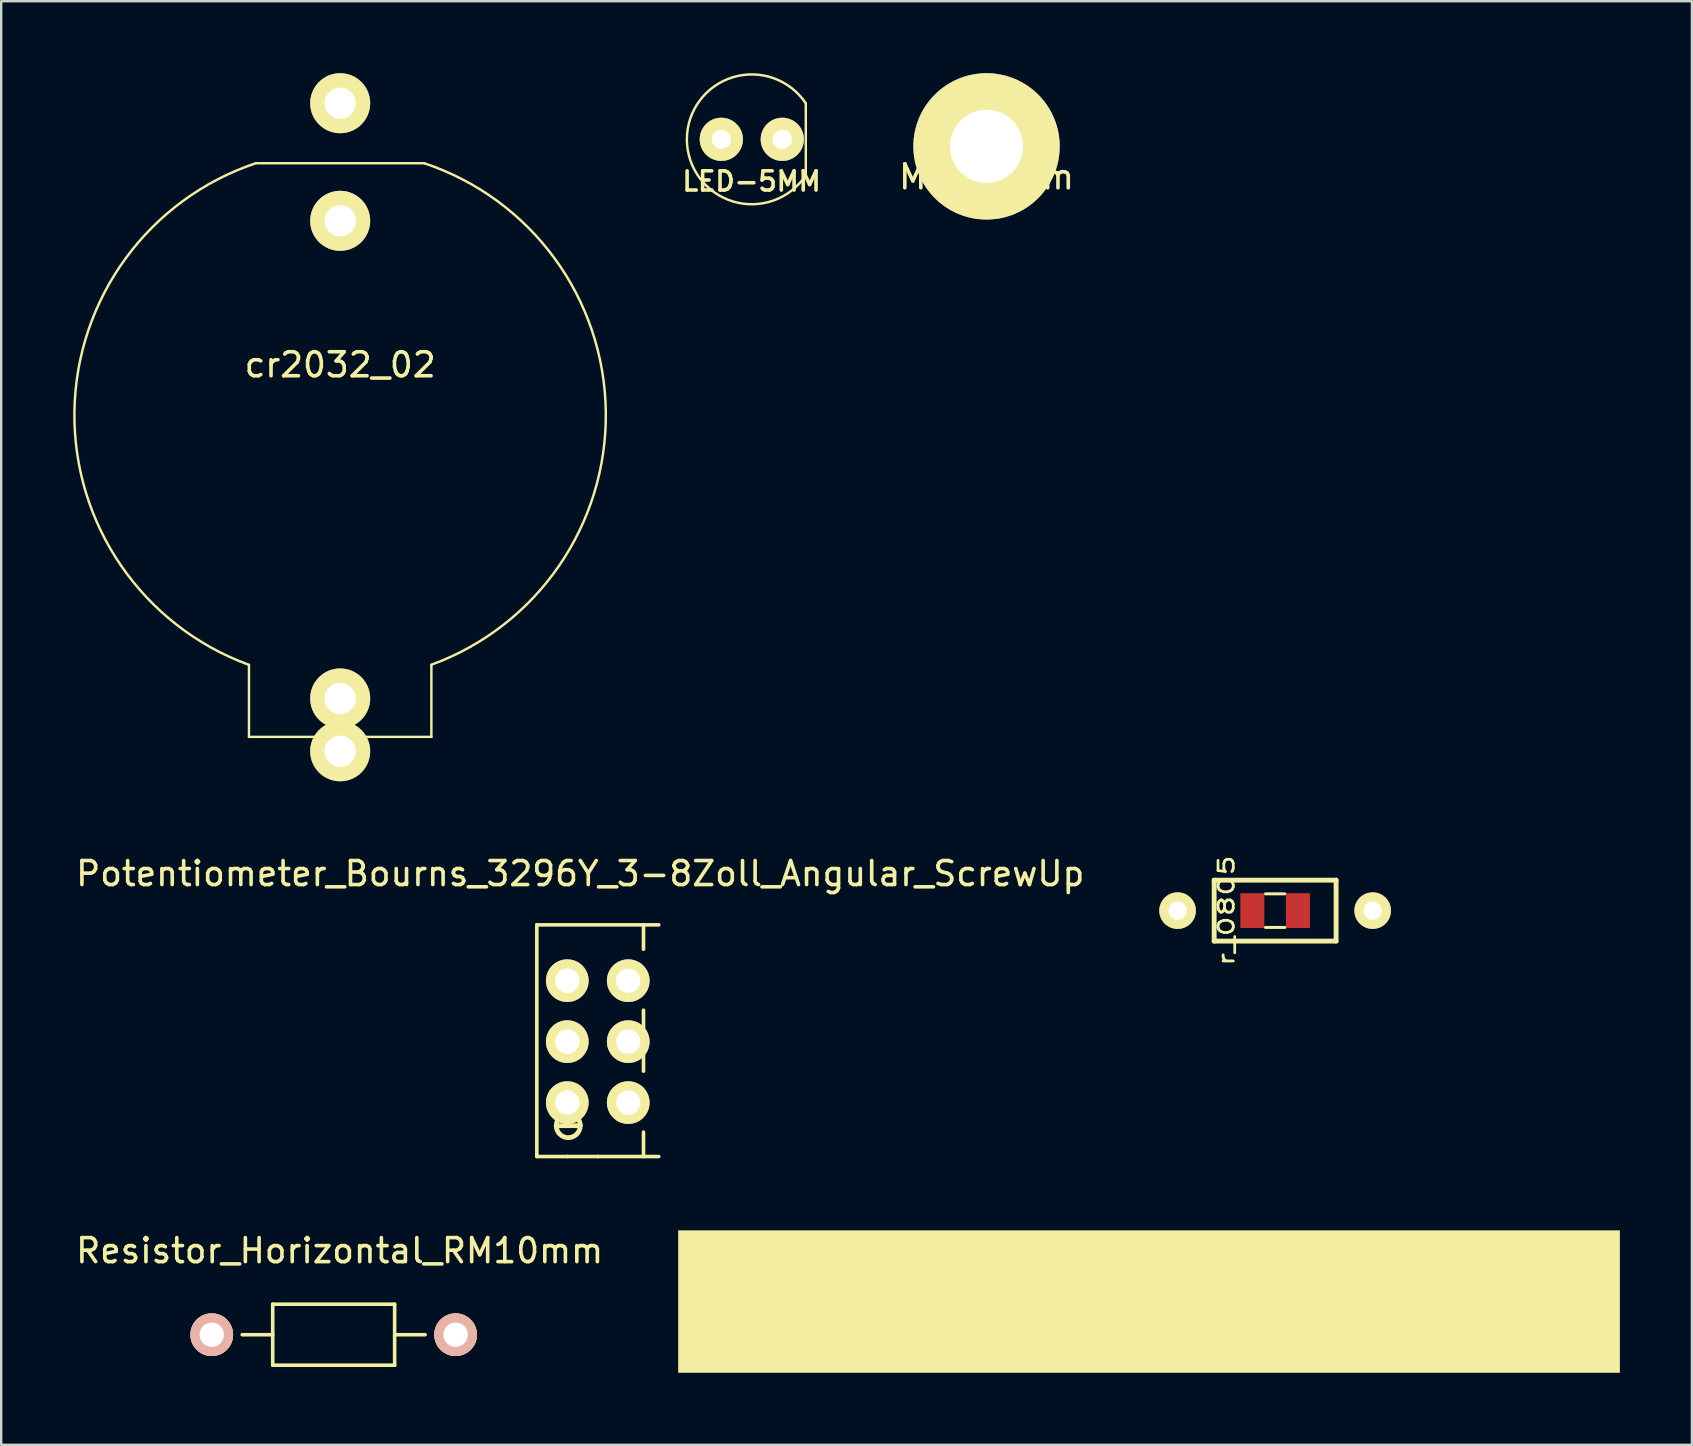
<source format=kicad_pcb>
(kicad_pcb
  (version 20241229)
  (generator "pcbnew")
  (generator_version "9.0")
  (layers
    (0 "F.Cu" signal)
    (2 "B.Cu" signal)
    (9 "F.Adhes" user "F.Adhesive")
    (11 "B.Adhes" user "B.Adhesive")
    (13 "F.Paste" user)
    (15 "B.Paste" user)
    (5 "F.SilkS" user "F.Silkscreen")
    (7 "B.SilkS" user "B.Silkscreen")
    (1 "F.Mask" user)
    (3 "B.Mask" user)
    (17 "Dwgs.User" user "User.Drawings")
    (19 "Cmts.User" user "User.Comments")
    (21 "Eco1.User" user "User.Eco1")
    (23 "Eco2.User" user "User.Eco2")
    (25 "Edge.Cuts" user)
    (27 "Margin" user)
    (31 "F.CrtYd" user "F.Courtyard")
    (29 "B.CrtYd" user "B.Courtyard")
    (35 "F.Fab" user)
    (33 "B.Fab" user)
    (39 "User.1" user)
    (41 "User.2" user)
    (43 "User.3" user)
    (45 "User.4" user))
  (footprint "MTG_3mm"
    (layer "F.Cu")
    (at 38.052 3.048)
    (property "Reference" "MTG_3mm" (at 0 1.27 0) (layer "F.SilkS") (effects (font (size 1 1) (thickness 0.15))))
    (attr through_hole)
    (pad "1" thru_hole circle (at 0 0) (size 6.096 6.096) (drill 3.048) (layers "*.Cu" "*.Mask" "F.SilkS")))
  (footprint "LED-5MM"
    (layer "F.Cu")
    (at 28.272 2.755)
    (property "Reference" "LED-5MM" (at -0.009 1.75 180) (layer "F.SilkS") (effects (font (size 0.8 0.8) (thickness 0.15))))
    (attr through_hole)
    (fp_line (start 2.25 -1.5) (end 2.25 1.5) (stroke (width 0.102) (type solid)) (layer "F.SilkS"))
    (fp_arc (start 2.25 1.5) (mid -2.704163 0) (end 2.25 -1.5) (stroke (width 0.1016) (type solid)) (layer "F.SilkS"))
    (pad "1" thru_hole circle (at -1.27 0) (size 1.8 1.8) (drill 0.8) (layers "*.Cu" "*.Mask" "F.SilkS"))
    (pad "2" thru_hole circle (at 1.27 0) (size 1.8 1.8) (drill 0.8) (layers "*.Cu" "*.Mask" "F.SilkS")))
  (footprint "Resistor_Horizontal_RM10mm"
    (layer "F.Cu")
    (at 10.852 52.558)
    (property "Reference" "Resistor_Horizontal_RM10mm" (at 0.249 -3.5 0) (layer "F.SilkS") (effects (font (size 1 1) (thickness 0.15))))
    (attr through_hole)
    (fp_line (start -2.54 -1.27) (end 2.54 -1.27) (stroke (width 0.15) (type solid)) (layer "F.SilkS"))
    (fp_line (start -2.54 0) (end -3.81 0) (stroke (width 0.15) (type solid)) (layer "F.SilkS"))
    (fp_line (start -2.54 1.27) (end -2.54 -1.27) (stroke (width 0.15) (type solid)) (layer "F.SilkS"))
    (fp_line (start 2.54 -1.27) (end 2.54 1.27) (stroke (width 0.15) (type solid)) (layer "F.SilkS"))
    (fp_line (start 2.54 0) (end 3.81 0) (stroke (width 0.15) (type solid)) (layer "F.SilkS"))
    (fp_line (start 2.54 1.27) (end -2.54 1.27) (stroke (width 0.15) (type solid)) (layer "F.SilkS"))
    (pad "1" thru_hole circle (at -5.08 0) (size 1.778 1.778) (drill 1.016) (layers "*.Cu" "*.SilkS" "*.Mask"))
    (pad "2" thru_hole circle (at 5.08 0) (size 1.778 1.778) (drill 1.016) (layers "*.Cu" "*.SilkS" "*.Mask")))
  (footprint "cr2032_02"
    (layer "F.Cu")
    (at 11.123 14.25)
    (property "Reference" "cr2032_02" (at 0 -2.1 0) (layer "F.SilkS") (effects (font (size 1 1) (thickness 0.15))))
    (attr through_hole)
    (fp_line (start -3.8 10.4) (end -3.8 13.4) (stroke (width 0.102) (type solid)) (layer "F.SilkS"))
    (fp_line (start -3.8 13.4) (end 3.8 13.4) (stroke (width 0.102) (type solid)) (layer "F.SilkS"))
    (fp_line (start -3.5 -10.5) (end 3.5 -10.5) (stroke (width 0.102) (type solid)) (layer "F.SilkS"))
    (fp_line (start 3.8 13.4) (end 3.8 10.4) (stroke (width 0.102) (type solid)) (layer "F.SilkS"))
    (fp_arc (start -3.8 10.4) (mid -11.071359 -0.158129) (end -3.50143 -10.504284) (stroke (width 0.1016) (type solid)) (layer "F.SilkS"))
    (fp_arc (start 3.5 -10.5) (mid 11.066843 -0.158065) (end 3.79845 10.395758) (stroke (width 0.1016) (type solid)) (layer "F.SilkS"))
    (pad "1" thru_hole circle (at 0 11.8) (size 2.5 2.5) (drill 1.3) (layers "*.Cu" "*.Mask" "F.SilkS"))
    (pad "1" thru_hole circle (at 0 14) (size 2.5 2.5) (drill 1.3) (layers "*.Cu" "*.Mask" "F.SilkS"))
    (pad "2" thru_hole circle (at 0 -13) (size 2.5 2.5) (drill 1.3) (layers "*.Cu" "*.Mask" "F.SilkS"))
    (pad "2" thru_hole circle (at 0 -8.1) (size 2.5 2.5) (drill 1.3) (layers "*.Cu" "*.Mask" "F.SilkS")))
  (footprint "s_iron"
    (layer "F.Cu")
    (at 44.681 51.036)
    (property "Reference" "s_iron" (at 0 0 0) (layer "F.SilkS") (effects (font (size 1.524 1.524) (thickness 0.3))))
    (attr through_hole)
    (fp_poly (pts (xy 19.756 3.104) (xy -19.473 3.104) (xy -19.473 -2.822) (xy 19.756 -2.822) (xy 19.756 3.104)) (stroke (width 0.01) (type solid)) (fill yes) (layer "F.SilkS")))
  (footprint "Potentiometer_Bourns_3296Y_3-8Zoll_Angular_ScrewUp"
    (layer "F.Cu")
    (at 23.125 40.348)
    (property "Reference" "Potentiometer_Bourns_3296Y_3-8Zoll_Angular_ScrewUp" (at -2 -7 0) (layer "F.SilkS") (effects (font (size 1 1) (thickness 0.15))))
    (attr through_hole)
    (fp_line (start -3.81 -4.866) (end 1.27 -4.866) (stroke (width 0.15) (type solid)) (layer "F.SilkS"))
    (fp_line (start -3.81 4.786) (end -3.81 -4.866) (stroke (width 0.15) (type solid)) (layer "F.SilkS"))
    (fp_line (start -2.54 4.786) (end -3.81 4.786) (stroke (width 0.15) (type solid)) (layer "F.SilkS"))
    (fp_line (start -2 3.5) (end -3 3.5) (stroke (width 0.2) (type solid)) (layer "F.SilkS"))
    (fp_line (start -1.27 4.786) (end -2.54 4.786) (stroke (width 0.15) (type solid)) (layer "F.SilkS"))
    (fp_line (start 0.635 -4.866) (end 0.635 -3.85) (stroke (width 0.15) (type solid)) (layer "F.SilkS"))
    (fp_line (start 0.635 -1.31) (end 0.635 1.23) (stroke (width 0.15) (type solid)) (layer "F.SilkS"))
    (fp_line (start 0.635 3.77) (end 0.635 4.786) (stroke (width 0.15) (type solid)) (layer "F.SilkS"))
    (fp_line (start 1.27 4.786) (end -1.27 4.786) (stroke (width 0.15) (type solid)) (layer "F.SilkS"))
    (fp_circle (center -2.5 3.5) (end -2 3.5) (stroke (width 0.2) (type solid)) (fill no) (layer "F.SilkS"))
    (pad "1" thru_hole circle (at -2.54 2.54) (size 1.778 1.778) (drill 1.016) (layers "*.Cu" "*.Mask" "F.SilkS"))
    (pad "1" thru_hole circle (at 0 2.54) (size 1.778 1.778) (drill 1.016) (layers "*.Cu" "*.Mask" "F.SilkS"))
    (pad "2" thru_hole circle (at -2.54 -2.54) (size 1.778 1.778) (drill 1.016) (layers "*.Cu" "*.Mask" "F.SilkS"))
    (pad "2" thru_hole circle (at 0 -2.54) (size 1.778 1.778) (drill 1.016) (layers "*.Cu" "*.Mask" "F.SilkS"))
    (pad "3" thru_hole circle (at -2.54 0) (size 1.778 1.778) (drill 1.016) (layers "*.Cu" "*.Mask" "F.SilkS"))
    (pad "3" thru_hole circle (at 0 0) (size 1.778 1.778) (drill 1.016) (layers "*.Cu" "*.Mask" "F.SilkS")))
  (footprint "r_0805"
    (layer "F.Cu")
    (at 50.076 34.89)
    (property "Reference" "r_0805" (at -2.032 0 90) (layer "F.SilkS") (effects (font (size 0.635 0.889) (thickness 0.114))))
    (attr smd)
    (fp_line (start -2.54 -1.27) (end -2.54 1.27) (stroke (width 0.203) (type solid)) (layer "F.SilkS"))
    (fp_line (start -2.54 1.27) (end 2.54 1.27) (stroke (width 0.203) (type solid)) (layer "F.SilkS"))
    (fp_line (start -0.4 -0.7) (end 0.4 -0.7) (stroke (width 0.127) (type solid)) (layer "F.SilkS"))
    (fp_line (start 0.4 0.7) (end -0.4 0.7) (stroke (width 0.127) (type solid)) (layer "F.SilkS"))
    (fp_line (start 2.54 -1.27) (end -2.54 -1.27) (stroke (width 0.203) (type solid)) (layer "F.SilkS"))
    (fp_line (start 2.54 1.27) (end 2.54 -1.27) (stroke (width 0.203) (type solid)) (layer "F.SilkS"))
    (pad "1" thru_hole circle (at -4.064 0) (size 1.524 1.524) (drill 0.762) (layers "*.Cu" "*.Mask" "F.SilkS"))
    (pad "1" smd rect (at -0.95 0) (size 1 1.45) (layers "F.Cu" "F.Mask" "F.Paste"))
    (pad "2" smd rect (at 0.95 0) (size 1 1.45) (layers "F.Cu" "F.Mask" "F.Paste"))
    (pad "2" thru_hole circle (at 4.064 0) (size 1.524 1.524) (drill 0.762) (layers "*.Cu" "*.Mask" "F.SilkS")))
  (gr_rect
    (start -3 -3)
    (end 67.441 57.146)
    (stroke (width 0.1) (type default))
    (fill no)
    (layer "Edge.Cuts")))
</source>
